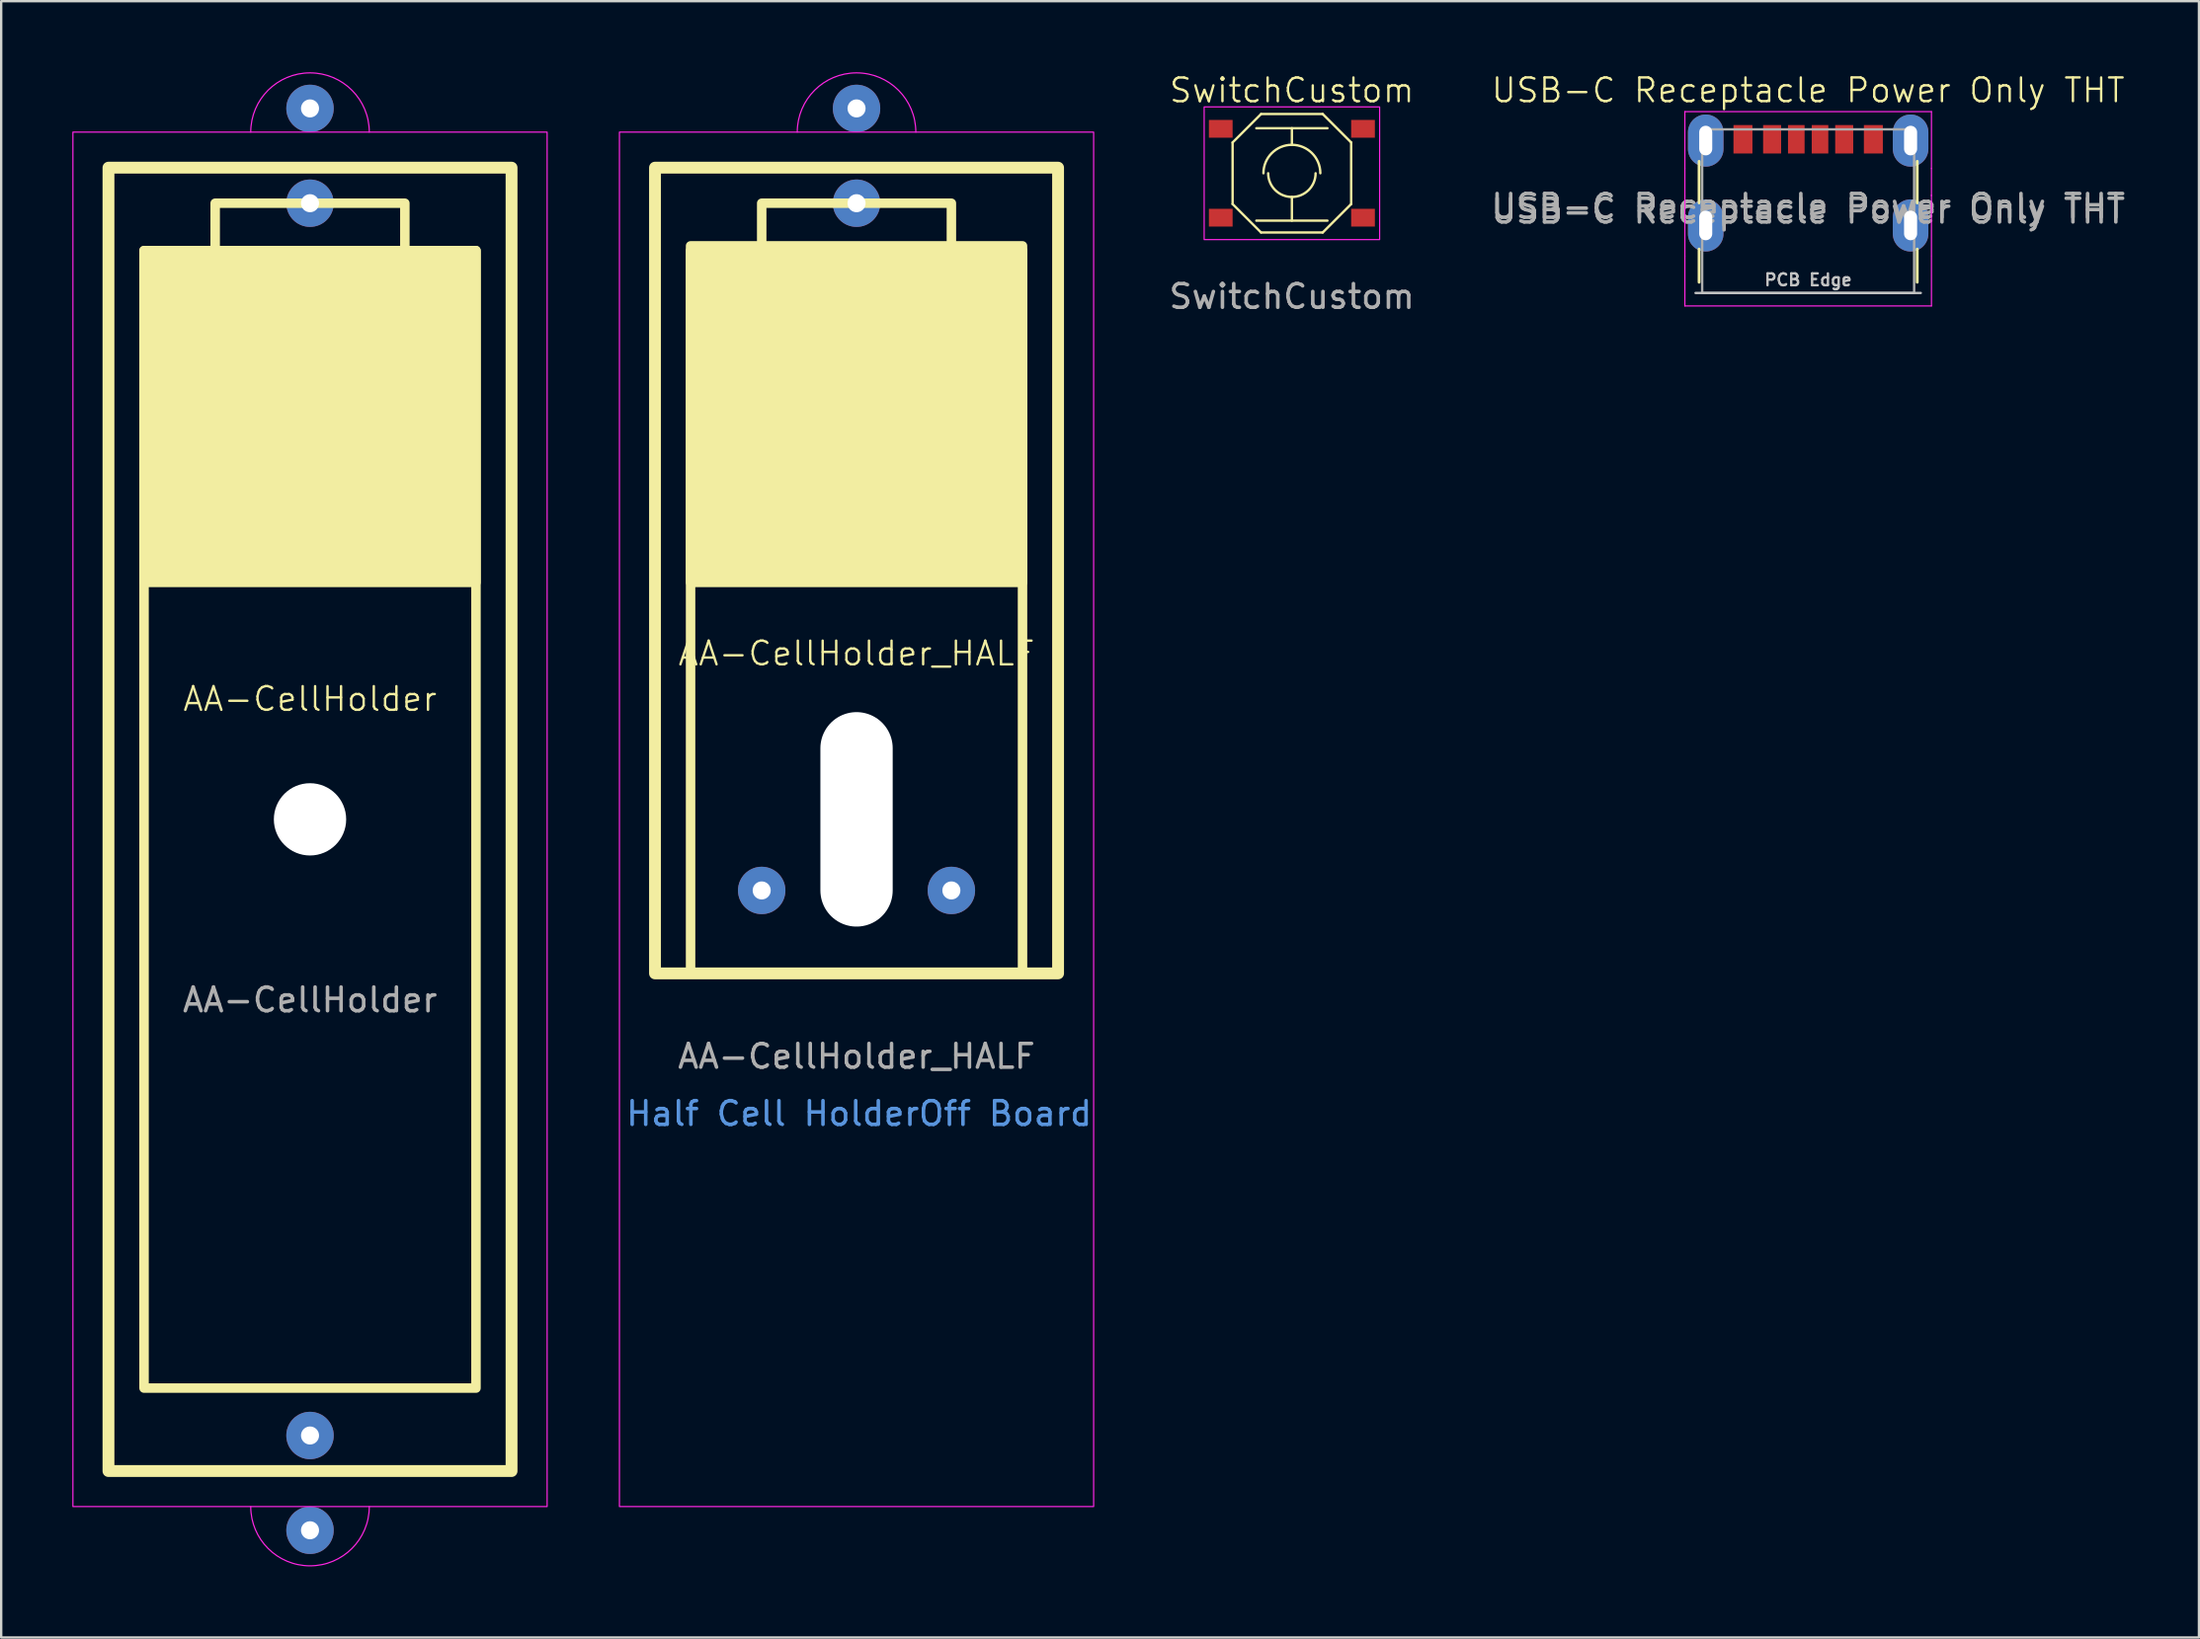
<source format=kicad_pcb>
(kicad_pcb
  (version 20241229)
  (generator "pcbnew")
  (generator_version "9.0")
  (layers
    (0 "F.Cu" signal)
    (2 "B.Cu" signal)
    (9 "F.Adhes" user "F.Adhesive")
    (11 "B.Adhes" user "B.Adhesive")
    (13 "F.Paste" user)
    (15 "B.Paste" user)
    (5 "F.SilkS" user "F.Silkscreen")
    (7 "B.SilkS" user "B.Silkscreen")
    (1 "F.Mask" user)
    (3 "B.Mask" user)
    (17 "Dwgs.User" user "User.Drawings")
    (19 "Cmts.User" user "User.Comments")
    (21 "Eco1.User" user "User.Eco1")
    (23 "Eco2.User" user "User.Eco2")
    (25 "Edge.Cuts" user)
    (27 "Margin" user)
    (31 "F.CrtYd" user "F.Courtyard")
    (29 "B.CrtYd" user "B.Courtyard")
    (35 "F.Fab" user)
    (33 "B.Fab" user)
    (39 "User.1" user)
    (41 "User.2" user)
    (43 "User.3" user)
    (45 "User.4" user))
  (footprint "AA-CellHolder"
    (layer "F.Cu")
    (at 10.025 31.525)
    (property "Reference" "AA-CellHolder" (at 0 -5.08 0) (unlocked yes) (layer "F.SilkS") (effects (font (size 1 1) (thickness 0.1))))
    (attr through_hole)
    (fp_rect (start -8.5 -27.5) (end 8.5 27.5) (stroke (width 0.5) (type default)) (fill no) (layer "F.SilkS"))
    (fp_rect (start -7 -24) (end 7 -10) (stroke (width 0.4) (type solid)) (fill yes) (layer "F.SilkS"))
    (fp_rect (start -7 -24) (end 7 24) (stroke (width 0.4) (type default)) (fill no) (layer "F.SilkS"))
    (fp_rect (start -4 -26) (end 4 -24) (stroke (width 0.4) (type default)) (fill no) (layer "F.SilkS"))
    (fp_rect (start -10 29) (end 10 -29) (stroke (width 0.05) (type default)) (fill no) (layer "F.CrtYd"))
    (fp_arc (start -2.5 -29) (mid 0 -31.5) (end 2.5 -29) (stroke (width 0.05) (type default)) (layer "F.CrtYd"))
    (fp_arc (start 2.5 29) (mid 0 31.5) (end -2.5 29) (stroke (width 0.05) (type default)) (layer "F.CrtYd"))
    (fp_text user "${REFERENCE}" (at 0 7.62 0) (unlocked yes) (layer "F.Fab") (effects (font (size 1 1) (thickness 0.15))))
    (pad "" np_thru_hole circle (at 0 0) (size 3.05 3.05) (drill 3.05) (layers "*.Cu" "*.Mask"))
    (pad "1" thru_hole circle (at 0 -30) (size 2 2) (drill 0.762) (layers "*.Cu" "*.Mask"))
    (pad "1" thru_hole circle (at 0 -26) (size 2 2) (drill 0.762) (layers "*.Cu" "*.Mask"))
    (pad "2" thru_hole circle (at 0 26) (size 2 2) (drill 0.762) (layers "*.Cu" "*.Mask"))
    (pad "2" thru_hole circle (at 0 30) (size 2 2) (drill 0.762) (layers "*.Cu" "*.Mask")))
  (footprint "USB-C Receptacle Power Only THT"
    (layer "F.Cu")
    (at 73.21 3.16)
    (property "Reference" "USB-C Receptacle Power Only THT" (at 0 -2.4 0) (unlocked yes) (layer "F.SilkS") (effects (font (size 1 1) (thickness 0.1))))
    (attr through_hole)
    (fp_line (start -4.6 0.598) (end -4.6 2.353) (stroke (width 0.12) (type solid)) (layer "F.SilkS"))
    (fp_line (start -4.6 4.3) (end -4.6 5.7) (stroke (width 0.12) (type solid)) (layer "F.SilkS"))
    (fp_line (start 4.6 0.598) (end 4.6 2.353) (stroke (width 0.12) (type solid)) (layer "F.SilkS"))
    (fp_line (start 4.6 4.3) (end 4.6 5.7) (stroke (width 0.12) (type solid)) (layer "F.SilkS"))
    (fp_line (start -4.75 6.152) (end 4.75 6.152) (stroke (width 0.1) (type solid)) (layer "Dwgs.User"))
    (fp_line (start -5.2 -1.5) (end -5.2 0.9) (stroke (width 0.05) (type solid)) (layer "F.CrtYd"))
    (fp_line (start -5.2 0.9) (end -5.2 2.05) (stroke (width 0.05) (type solid)) (layer "F.CrtYd"))
    (fp_line (start -5.2 2.05) (end -5.2 4.6) (stroke (width 0.05) (type solid)) (layer "F.CrtYd"))
    (fp_line (start -5.2 4.6) (end -5.2 6.7) (stroke (width 0.05) (type solid)) (layer "F.CrtYd"))
    (fp_line (start -5.2 6.7) (end 5.2 6.7) (stroke (width 0.05) (type solid)) (layer "F.CrtYd"))
    (fp_line (start 5.2 -1.5) (end -5.2 -1.5) (stroke (width 0.05) (type solid)) (layer "F.CrtYd"))
    (fp_line (start 5.2 -1.5) (end 5.2 0.9) (stroke (width 0.05) (type solid)) (layer "F.CrtYd"))
    (fp_line (start 5.2 0.9) (end 5.2 2.05) (stroke (width 0.05) (type solid)) (layer "F.CrtYd"))
    (fp_line (start 5.2 2.025) (end 5.2 4.575) (stroke (width 0.05) (type solid)) (layer "F.CrtYd"))
    (fp_line (start 5.2 4.6) (end 5.2 6.7) (stroke (width 0.05) (type solid)) (layer "F.CrtYd"))
    (fp_rect (start -4.47 -0.752) (end 4.47 6.152) (stroke (width 0.1) (type solid)) (fill no) (layer "F.Fab"))
    (fp_text user "PCB Edge" (at 0 5.6 0) (unlocked yes) (layer "Dwgs.User") (effects (font (size 0.5 0.5) (thickness 0.1))))
    (fp_text user "${REFERENCE}" (at 0 2.7 0) (unlocked yes) (layer "F.Fab") (effects (font (size 1 1) (thickness 0.15))))
    (fp_text user "${REFERENCE}" (at 0 2.5 0) (unlocked yes) (layer "F.Fab") (effects (font (size 1 1) (thickness 0.15))))
    (pad "A5" smd rect (at -0.5 -0.333) (size 0.7 1.2) (layers "F.Cu" "F.Mask" "F.Paste"))
    (pad "A9" smd rect (at 1.52 -0.333 180) (size 0.76 1.2) (layers "F.Cu" "F.Mask" "F.Paste"))
    (pad "A12" smd rect (at 2.75 -0.333 180) (size 0.8 1.2) (layers "F.Cu" "F.Mask" "F.Paste"))
    (pad "B5" smd rect (at 0.5 -0.333 180) (size 0.7 1.2) (layers "F.Cu" "F.Mask" "F.Paste"))
    (pad "B9" smd rect (at -1.52 -0.333) (size 0.76 1.2) (layers "F.Cu" "F.Mask" "F.Paste"))
    (pad "B12" smd rect (at -2.75 -0.333) (size 0.8 1.2) (layers "F.Cu" "F.Mask" "F.Paste"))
    (pad "S1" thru_hole oval (at -4.32 -0.278) (size 1.5 2.2) (drill oval 0.55 1.25) (layers "*.Cu" "*.Mask"))
    (pad "S1" thru_hole oval (at -4.32 3.303) (size 1.5 2.2) (drill oval 0.55 1.25) (layers "*.Cu" "*.Mask"))
    (pad "S1" thru_hole oval (at 4.32 -0.278) (size 1.5 2.2) (drill oval 0.55 1.25) (layers "*.Cu" "*.Mask"))
    (pad "S1" thru_hole oval (at 4.32 3.303) (size 1.5 2.2) (drill oval 0.55 1.25) (layers "*.Cu" "*.Mask")))
  (footprint "AA-CellHolder_HALF"
    (layer "F.Cu")
    (at 33.075 31.525)
    (property "Reference" "AA-CellHolder_HALF" (at 0 -7 0) (unlocked yes) (layer "F.SilkS") (effects (font (size 1 1) (thickness 0.1))))
    (attr through_hole)
    (fp_rect (start -8.5 -27.5) (end 8.5 6.5) (stroke (width 0.5) (type default)) (fill no) (layer "F.SilkS"))
    (fp_rect (start -7 -24.2) (end 7 6.5) (stroke (width 0.4) (type default)) (fill no) (layer "F.SilkS"))
    (fp_rect (start -7 -24) (end 7 -10) (stroke (width 0.4) (type solid)) (fill yes) (layer "F.SilkS"))
    (fp_rect (start -4 -26) (end 4 -24) (stroke (width 0.4) (type default)) (fill no) (layer "F.SilkS"))
    (fp_rect (start -10 29) (end 10 -29) (stroke (width 0.05) (type default)) (fill no) (layer "F.CrtYd"))
    (fp_arc (start -2.5 -29) (mid 0 -31.5) (end 2.5 -29) (stroke (width 0.05) (type default)) (layer "F.CrtYd"))
    (fp_text user "Half Cell HolderOff Board" (at -9.8 13 0) (unlocked yes) (layer "Cmts.User") (effects (font (size 1 1) (thickness 0.15)) (justify left bottom)))
    (fp_text user "${REFERENCE}" (at 0 10 0) (unlocked yes) (layer "F.Fab") (effects (font (size 1 1) (thickness 0.15))))
    (pad "" np_thru_hole oval (at 0 0) (size 3.05 9.05) (drill oval 3.05 9.05) (layers "*.Cu" "*.Mask"))
    (pad "1" thru_hole circle (at 0 -30) (size 2 2) (drill 0.762) (layers "*.Cu" "*.Mask"))
    (pad "1" thru_hole circle (at 0 -26) (size 2 2) (drill 0.762) (layers "*.Cu" "*.Mask"))
    (pad "2" thru_hole circle (at -4 3) (size 2 2) (drill 0.762) (layers "*.Cu" "*.Mask"))
    (pad "2" thru_hole circle (at 4 3) (size 2 2) (drill 0.762) (layers "*.Cu" "*.Mask")))
  (footprint "SwitchCustom"
    (layer "F.Cu")
    (at 51.436 4.261)
    (property "Reference" "SwitchCustom" (at 0 -3.5 0) (unlocked yes) (layer "F.SilkS") (effects (font (size 1 1) (thickness 0.1))))
    (attr through_hole)
    (fp_line (start -2.5 -1.3) (end -2.5 1.3) (stroke (width 0.1) (type default)) (layer "F.SilkS"))
    (fp_line (start -2.5 -1.3) (end -1.3 -2.5) (stroke (width 0.1) (type default)) (layer "F.SilkS"))
    (fp_line (start -1.5 -1.9) (end 1.5 -1.9) (stroke (width 0.1) (type default)) (layer "F.SilkS"))
    (fp_line (start -1.5 2) (end 1.5 2) (stroke (width 0.1) (type default)) (layer "F.SilkS"))
    (fp_line (start -1.3 -2.5) (end 1.3 -2.5) (stroke (width 0.1) (type default)) (layer "F.SilkS"))
    (fp_line (start -1.3 2.5) (end -2.5 1.3) (stroke (width 0.1) (type default)) (layer "F.SilkS"))
    (fp_line (start -1.3 2.5) (end 1.3 2.5) (stroke (width 0.1) (type default)) (layer "F.SilkS"))
    (fp_line (start 0 -1.9) (end 0 -1.2) (stroke (width 0.1) (type default)) (layer "F.SilkS"))
    (fp_line (start 0 1) (end 0 2) (stroke (width 0.1) (type default)) (layer "F.SilkS"))
    (fp_line (start 1.3 2.5) (end 2.5 1.3) (stroke (width 0.1) (type default)) (layer "F.SilkS"))
    (fp_line (start 2.5 -1.3) (end 1.3 -2.5) (stroke (width 0.1) (type default)) (layer "F.SilkS"))
    (fp_line (start 2.5 -1.3) (end 2.5 1.3) (stroke (width 0.1) (type default)) (layer "F.SilkS"))
    (fp_arc (start -1.2 0) (mid 0 -1.2) (end 1.2 0) (stroke (width 0.1) (type default)) (layer "F.SilkS"))
    (fp_arc (start 1 0) (mid 0 1) (end -1 0) (stroke (width 0.1) (type default)) (layer "F.SilkS"))
    (fp_rect (start -3.7 -2.8) (end 3.7 2.8) (stroke (width 0.05) (type default)) (fill no) (layer "F.CrtYd"))
    (fp_text user "${REFERENCE}" (at 0 5.2 0) (unlocked yes) (layer "F.Fab") (effects (font (size 1 1) (thickness 0.15))))
    (pad "1" smd rect (at -3 -1.875 180) (size 1 0.75) (layers "F.Cu" "F.Mask" "F.Paste"))
    (pad "1" smd rect (at 3 -1.875) (size 1 0.75) (layers "F.Cu" "F.Mask" "F.Paste"))
    (pad "2" smd rect (at -3 1.875) (size 1 0.75) (layers "F.Cu" "F.Mask" "F.Paste"))
    (pad "2" smd rect (at 3 1.875) (size 1 0.75) (layers "F.Cu" "F.Mask" "F.Paste")))
  (gr_rect
    (start -3 -3)
    (end 89.692 66.05)
    (stroke (width 0.1) (type default))
    (fill no)
    (layer "Edge.Cuts")))
</source>
